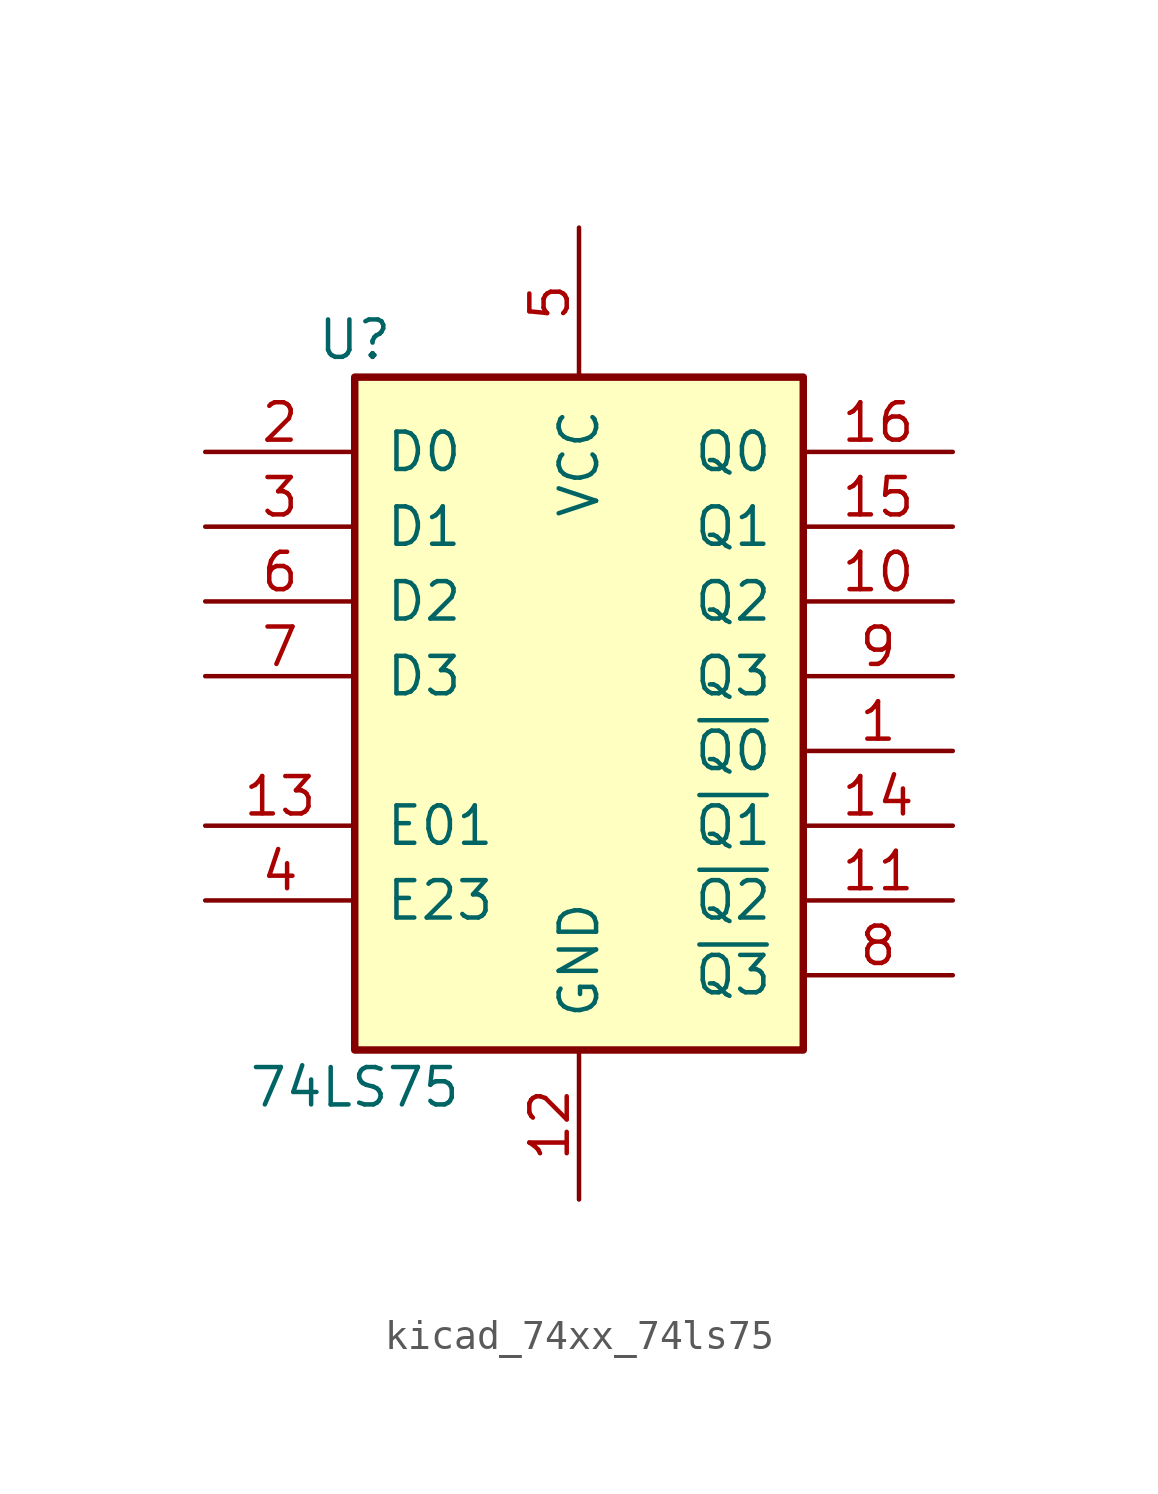
<source format=kicad_sym>
(kicad_symbol_lib
  (version 20220914)
  (generator kicad_symbol_editor)
  (symbol "kicad_74xx_74ls75"
    (pin_names
      (offset 1.016))
    (property "Reference" "U"
      (at -7.62 11.43 0)
      (effects (font (size 1.27 1.27))))
    (property "Value" "74LS75"
      (at -7.62 -13.97 0)
      (effects (font (size 1.27 1.27))))
    (property "ki_locked" ""
      (at 0 0 0)
      (effects (font (size 1.27 1.27))))
    (symbol "kicad_74xx_74ls75_1_0"
      (pin output line (at 12.7 -2.54 180) (length 5.08) (name "~{Q0}" (effects (font (size 1.27 1.27)))) (number "1" (effects (font (size 1.27 1.27)))))
      (pin output line (at 12.7 2.54 180) (length 5.08) (name "Q2" (effects (font (size 1.27 1.27)))) (number "10" (effects (font (size 1.27 1.27)))))
      (pin output line (at 12.7 -7.62 180) (length 5.08) (name "~{Q2}" (effects (font (size 1.27 1.27)))) (number "11" (effects (font (size 1.27 1.27)))))
      (pin power_in line (at 0 -17.78 90) (length 5.08) (name "GND" (effects (font (size 1.27 1.27)))) (number "12" (effects (font (size 1.27 1.27)))))
      (pin input line (at -12.7 -5.08 0) (length 5.08) (name "E01" (effects (font (size 1.27 1.27)))) (number "13" (effects (font (size 1.27 1.27)))))
      (pin output line (at 12.7 -5.08 180) (length 5.08) (name "~{Q1}" (effects (font (size 1.27 1.27)))) (number "14" (effects (font (size 1.27 1.27)))))
      (pin output line (at 12.7 5.08 180) (length 5.08) (name "Q1" (effects (font (size 1.27 1.27)))) (number "15" (effects (font (size 1.27 1.27)))))
      (pin output line (at 12.7 7.62 180) (length 5.08) (name "Q0" (effects (font (size 1.27 1.27)))) (number "16" (effects (font (size 1.27 1.27)))))
      (pin input line (at -12.7 7.62 0) (length 5.08) (name "D0" (effects (font (size 1.27 1.27)))) (number "2" (effects (font (size 1.27 1.27)))))
      (pin input line (at -12.7 5.08 0) (length 5.08) (name "D1" (effects (font (size 1.27 1.27)))) (number "3" (effects (font (size 1.27 1.27)))))
      (pin input line (at -12.7 -7.62 0) (length 5.08) (name "E23" (effects (font (size 1.27 1.27)))) (number "4" (effects (font (size 1.27 1.27)))))
      (pin power_in line (at 0 15.24 270) (length 5.08) (name "VCC" (effects (font (size 1.27 1.27)))) (number "5" (effects (font (size 1.27 1.27)))))
      (pin input line (at -12.7 2.54 0) (length 5.08) (name "D2" (effects (font (size 1.27 1.27)))) (number "6" (effects (font (size 1.27 1.27)))))
      (pin input line (at -12.7 0 0) (length 5.08) (name "D3" (effects (font (size 1.27 1.27)))) (number "7" (effects (font (size 1.27 1.27)))))
      (pin output line (at 12.7 -10.16 180) (length 5.08) (name "~{Q3}" (effects (font (size 1.27 1.27)))) (number "8" (effects (font (size 1.27 1.27)))))
      (pin output line (at 12.7 0 180) (length 5.08) (name "Q3" (effects (font (size 1.27 1.27)))) (number "9" (effects (font (size 1.27 1.27))))))
    (symbol "kicad_74xx_74ls75_1_1"
      (rectangle (start -7.62 10.16) (end 7.62 -12.7) (stroke (width 0.254) (type default)) (fill (type background))))))
</source>
